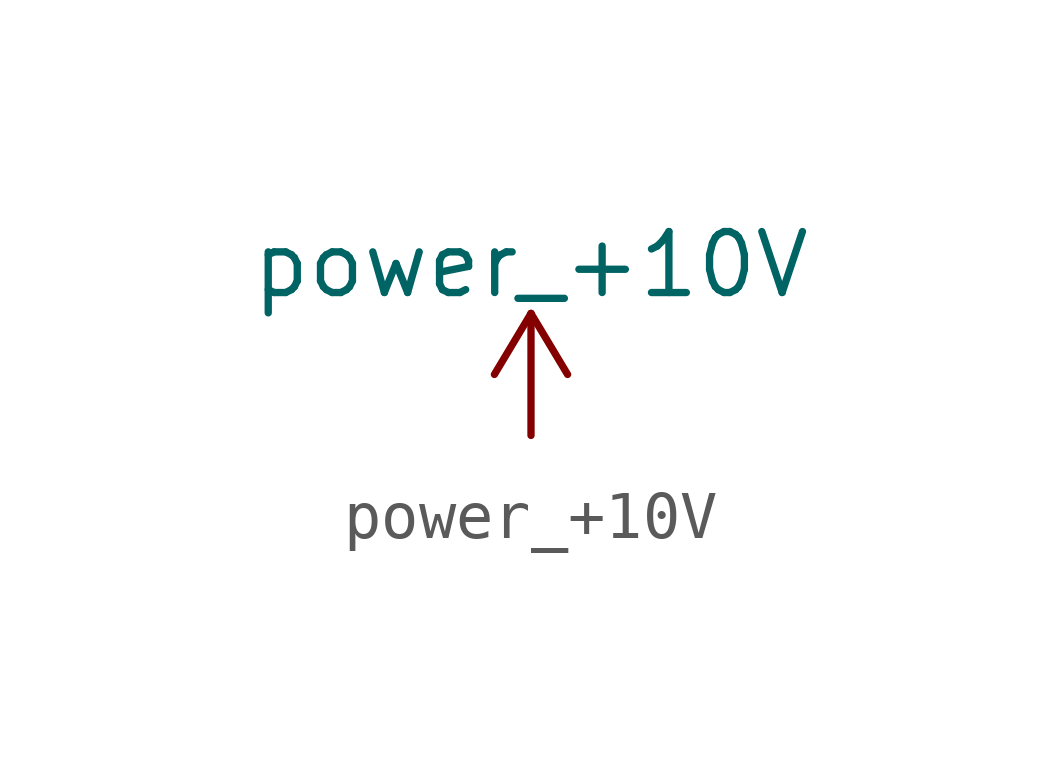
<source format=kicad_sym>
(kicad_symbol_lib
  (version 20211014)
  (generator kicad_symbol_editor)
  (symbol "power_+10V"
    (power)
    (pin_names
      (offset 0))
    (property "Reference" "#PWR"
      (at 0 -3.81 0)
      (effects (font (size 1.27 1.27)) hide))
    (property "Value" "power_+10V"
      (at 0 3.556 0)
      (effects (font (size 1.27 1.27))))
    (symbol "power_+10V_0_1"
      (polyline (pts (xy -0.762 1.27) (xy 0 2.54)) (stroke (width 0) (type default) (color 0 0 0 0)) (fill (type none)))
      (polyline (pts (xy 0 0) (xy 0 2.54)) (stroke (width 0) (type default) (color 0 0 0 0)) (fill (type none)))
      (polyline (pts (xy 0 2.54) (xy 0.762 1.27)) (stroke (width 0) (type default) (color 0 0 0 0)) (fill (type none))))
    (symbol "power_+10V_1_1"
      (pin power_in line (at 0 0 90) (length 0) hide (name "+10V" (effects (font (size 1.27 1.27)))) (number "1" (effects (font (size 1.27 1.27))))))))
</source>
